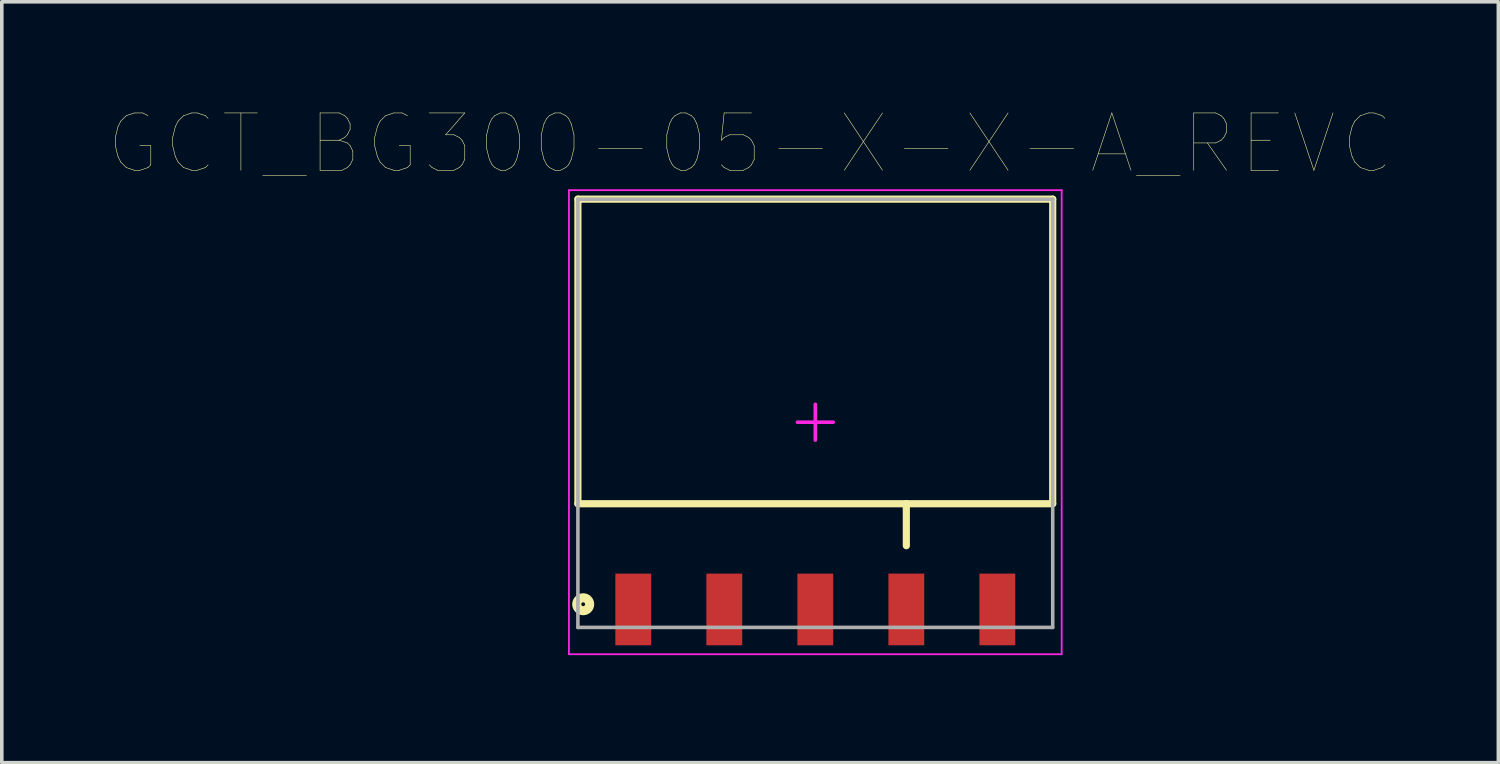
<source format=kicad_pcb>
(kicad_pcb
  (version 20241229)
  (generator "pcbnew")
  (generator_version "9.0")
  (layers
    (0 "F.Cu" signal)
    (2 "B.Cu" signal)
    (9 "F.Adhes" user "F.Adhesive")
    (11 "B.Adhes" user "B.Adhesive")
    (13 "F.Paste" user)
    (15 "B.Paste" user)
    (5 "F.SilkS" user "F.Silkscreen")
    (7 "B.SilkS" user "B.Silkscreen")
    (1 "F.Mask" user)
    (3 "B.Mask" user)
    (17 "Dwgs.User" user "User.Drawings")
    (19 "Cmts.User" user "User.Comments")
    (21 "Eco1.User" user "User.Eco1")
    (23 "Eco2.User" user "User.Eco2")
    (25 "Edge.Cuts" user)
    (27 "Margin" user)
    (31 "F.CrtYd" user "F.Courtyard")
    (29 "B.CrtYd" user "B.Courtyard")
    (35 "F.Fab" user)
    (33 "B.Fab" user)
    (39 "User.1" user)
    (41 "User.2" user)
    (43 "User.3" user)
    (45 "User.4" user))
  (footprint "GCT_BG300-05-X-X-A_REVC"
    (layer "F.Cu")
    (at 19.702 8.732)
    (property "Reference" "GCT_BG300-05-X-X-A_REVC" (at -1.82 -7.77 0) (layer "F.SilkS") (effects (font (size 1.6 1.6) (thickness 0.015))))
    (attr through_hole)
    (fp_line (start -6.625 -6.225) (end 6.625 -6.225) (stroke (width 0.2) (type solid)) (layer "F.SilkS"))
    (fp_line (start -6.625 2.275) (end -6.625 -6.225) (stroke (width 0.2) (type solid)) (layer "F.SilkS"))
    (fp_line (start -6.625 2.275) (end 2.54 2.275) (stroke (width 0.2) (type solid)) (layer "F.SilkS"))
    (fp_line (start 2.54 2.275) (end 6.625 2.275) (stroke (width 0.2) (type solid)) (layer "F.SilkS"))
    (fp_line (start 2.54 3.447) (end 2.54 2.275) (stroke (width 0.2) (type solid)) (layer "F.SilkS"))
    (fp_line (start 6.625 2.275) (end 6.625 -6.225) (stroke (width 0.2) (type solid)) (layer "F.SilkS"))
    (fp_circle (center -6.477 5.08) (end -6.297 5.08) (stroke (width 0.254) (type solid)) (fill no) (layer "F.SilkS"))
    (fp_line (start -6.875 -6.475) (end 6.875 -6.475) (stroke (width 0.05) (type solid)) (layer "F.CrtYd"))
    (fp_line (start -6.875 6.475) (end -6.875 -6.475) (stroke (width 0.05) (type solid)) (layer "F.CrtYd"))
    (fp_line (start -6.875 6.475) (end 6.875 6.475) (stroke (width 0.05) (type solid)) (layer "F.CrtYd"))
    (fp_line (start -0.5 0) (end 0.5 0) (stroke (width 0.1) (type solid)) (layer "F.CrtYd"))
    (fp_line (start 0 0.5) (end 0 -0.5) (stroke (width 0.1) (type solid)) (layer "F.CrtYd"))
    (fp_line (start 6.875 6.475) (end 6.875 -6.475) (stroke (width 0.05) (type solid)) (layer "F.CrtYd"))
    (fp_line (start -6.625 -6.223) (end 6.625 -6.223) (stroke (width 0.1) (type solid)) (layer "F.Fab"))
    (fp_line (start -6.625 5.727) (end -6.625 -6.223) (stroke (width 0.1) (type solid)) (layer "F.Fab"))
    (fp_line (start -6.625 5.727) (end 6.625 5.727) (stroke (width 0.1) (type solid)) (layer "F.Fab"))
    (fp_line (start 6.625 5.727) (end 6.625 -6.223) (stroke (width 0.1) (type solid)) (layer "F.Fab"))
    (pad "1" smd rect (at -5.08 5.225) (size 1 2) (layers "F.Cu" "F.Mask" "F.Paste"))
    (pad "2" smd rect (at -2.54 5.225) (size 1 2) (layers "F.Cu" "F.Mask" "F.Paste"))
    (pad "3" smd rect (at 0 5.225) (size 1 2) (layers "F.Cu" "F.Mask" "F.Paste"))
    (pad "4" smd rect (at 2.54 5.225) (size 1 2) (layers "F.Cu" "F.Mask" "F.Paste"))
    (pad "5" smd rect (at 5.08 5.225) (size 1 2) (layers "F.Cu" "F.Mask" "F.Paste")))
  (gr_rect
    (start -3 -3)
    (end 38.763 18.232)
    (stroke (width 0.1) (type default))
    (fill no)
    (layer "Edge.Cuts")))
</source>
